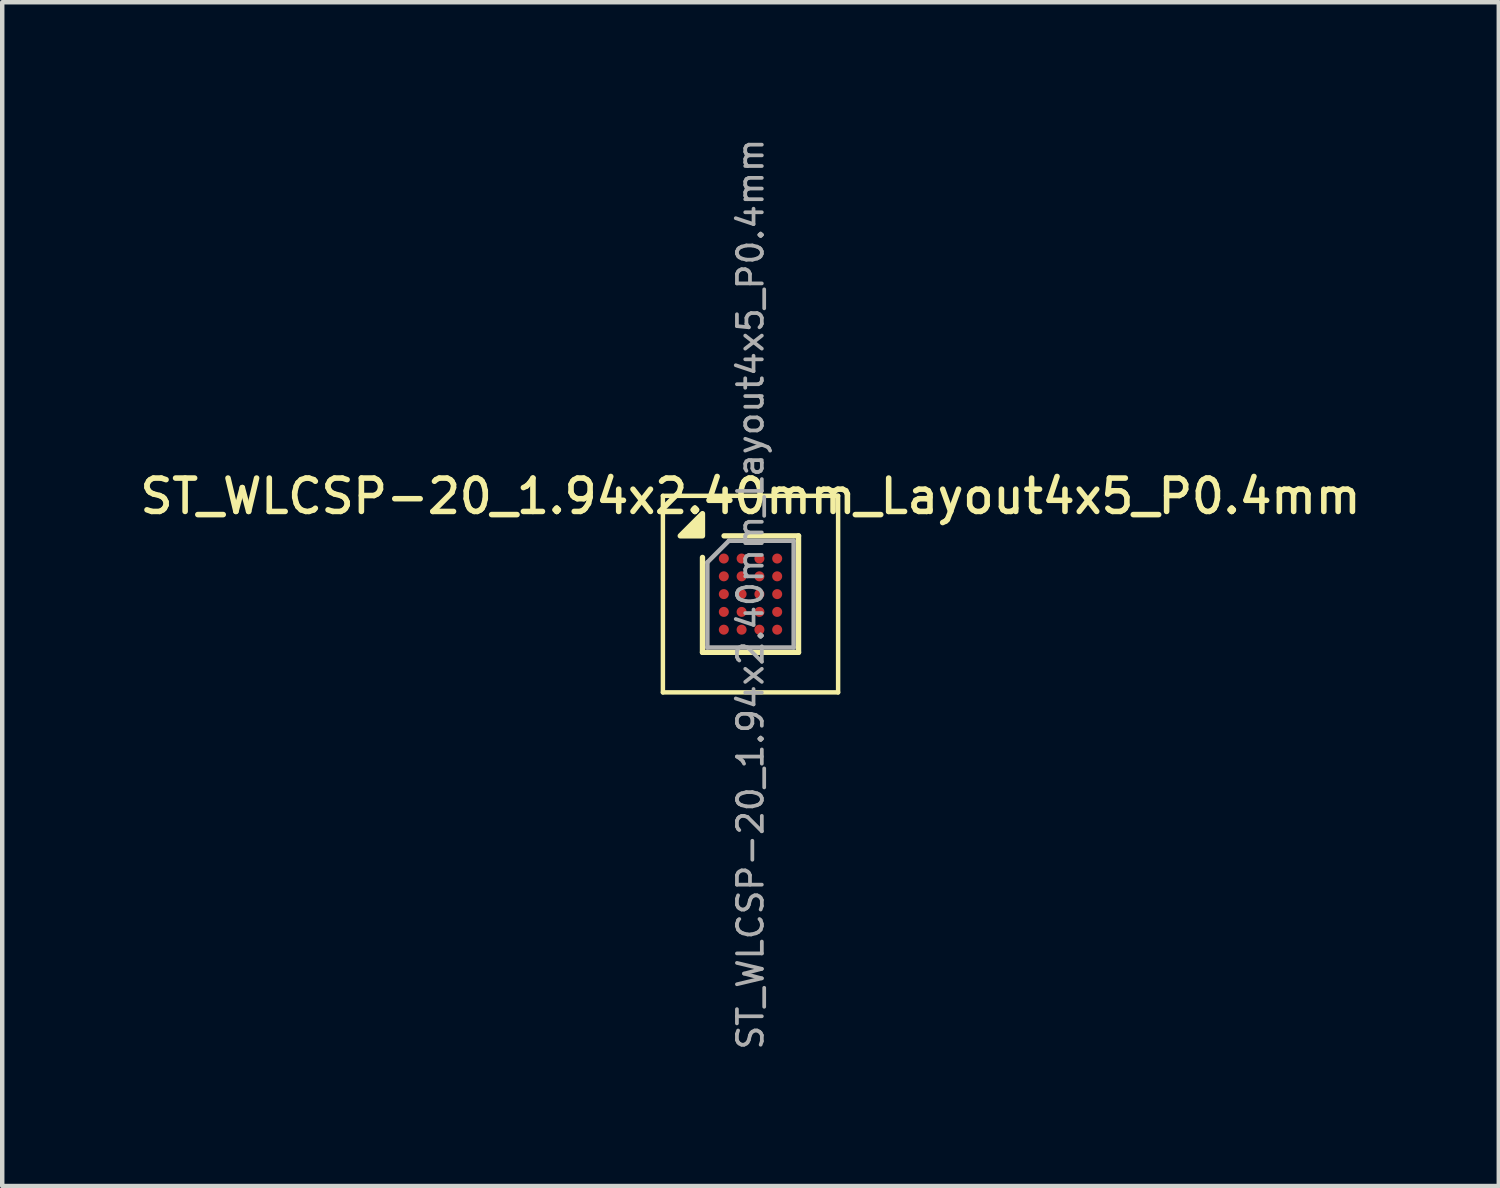
<source format=kicad_pcb>
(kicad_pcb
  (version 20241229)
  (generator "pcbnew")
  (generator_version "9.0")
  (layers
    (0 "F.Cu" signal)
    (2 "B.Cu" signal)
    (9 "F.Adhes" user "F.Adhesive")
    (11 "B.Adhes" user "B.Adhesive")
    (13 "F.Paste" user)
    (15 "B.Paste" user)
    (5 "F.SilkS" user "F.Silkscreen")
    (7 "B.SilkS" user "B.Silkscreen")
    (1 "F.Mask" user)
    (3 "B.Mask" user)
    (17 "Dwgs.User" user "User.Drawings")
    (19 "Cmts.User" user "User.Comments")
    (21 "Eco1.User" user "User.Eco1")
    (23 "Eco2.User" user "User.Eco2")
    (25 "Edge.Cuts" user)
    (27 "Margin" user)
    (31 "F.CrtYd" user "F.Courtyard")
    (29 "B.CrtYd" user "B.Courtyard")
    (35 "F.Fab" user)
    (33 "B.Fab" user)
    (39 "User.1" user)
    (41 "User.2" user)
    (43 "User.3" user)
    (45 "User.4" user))
  (footprint "ST_WLCSP-20_1.94x2.40mm_Layout4x5_P0.4mm"
    (layer "F.Cu")
    (at 13.827 10.31)
    (property "Reference" "ST_WLCSP-20_1.94x2.40mm_Layout4x5_P0.4mm" (at 0 -2.2 0) (layer "F.SilkS") (effects (font (size 0.75 0.75) (thickness 0.125))))
    (attr smd)
    (fp_line (start -1.97 -2.21) (end -1.97 2.21) (stroke (width 0.1) (type solid)) (layer "F.SilkS"))
    (fp_line (start -1.97 2.21) (end 1.97 2.21) (stroke (width 0.1) (type solid)) (layer "F.SilkS"))
    (fp_line (start -1.08 1.31) (end -1.08 -0.825) (stroke (width 0.12) (type solid)) (layer "F.SilkS"))
    (fp_line (start -0.595 -1.31) (end 1.08 -1.31) (stroke (width 0.12) (type solid)) (layer "F.SilkS"))
    (fp_line (start 1.08 -1.31) (end 1.08 1.31) (stroke (width 0.12) (type solid)) (layer "F.SilkS"))
    (fp_line (start 1.08 1.31) (end -1.08 1.31) (stroke (width 0.12) (type solid)) (layer "F.SilkS"))
    (fp_line (start 1.97 -2.21) (end -1.97 -2.21) (stroke (width 0.1) (type solid)) (layer "F.SilkS"))
    (fp_line (start 1.97 2.21) (end 1.97 -2.21) (stroke (width 0.1) (type solid)) (layer "F.SilkS"))
    (fp_poly (pts (xy -1.08 -1.31) (xy -1.58 -1.31) (xy -1.08 -1.81) (xy -1.08 -1.31)) (stroke (width 0.12) (type solid)) (fill yes) (layer "F.SilkS"))
    (fp_line (start -0.97 -0.715) (end -0.485 -1.2) (stroke (width 0.1) (type solid)) (layer "F.Fab"))
    (fp_line (start -0.97 1.2) (end -0.97 -0.715) (stroke (width 0.1) (type solid)) (layer "F.Fab"))
    (fp_line (start -0.485 -1.2) (end 0.97 -1.2) (stroke (width 0.1) (type solid)) (layer "F.Fab"))
    (fp_line (start 0.97 -1.2) (end 0.97 1.2) (stroke (width 0.1) (type solid)) (layer "F.Fab"))
    (fp_line (start 0.97 1.2) (end -0.97 1.2) (stroke (width 0.1) (type solid)) (layer "F.Fab"))
    (fp_text user "${REFERENCE}" (at 0 0 270) (layer "F.Fab") (effects (font (size 0.56 0.56) (thickness 0.084))))
    (pad "A1" smd circle (at -0.6 -0.8) (size 0.225 0.225) (property pad_prop_bga) (layers "F.Cu" "F.Mask" "F.Paste"))
    (pad "A2" smd circle (at -0.2 -0.8) (size 0.225 0.225) (property pad_prop_bga) (layers "F.Cu" "F.Mask" "F.Paste"))
    (pad "A3" smd circle (at 0.2 -0.8) (size 0.225 0.225) (property pad_prop_bga) (layers "F.Cu" "F.Mask" "F.Paste"))
    (pad "A4" smd circle (at 0.6 -0.8) (size 0.225 0.225) (property pad_prop_bga) (layers "F.Cu" "F.Mask" "F.Paste"))
    (pad "B1" smd circle (at -0.6 -0.4) (size 0.225 0.225) (property pad_prop_bga) (layers "F.Cu" "F.Mask" "F.Paste"))
    (pad "B2" smd circle (at -0.2 -0.4) (size 0.225 0.225) (property pad_prop_bga) (layers "F.Cu" "F.Mask" "F.Paste"))
    (pad "B3" smd circle (at 0.2 -0.4) (size 0.225 0.225) (property pad_prop_bga) (layers "F.Cu" "F.Mask" "F.Paste"))
    (pad "B4" smd circle (at 0.6 -0.4) (size 0.225 0.225) (property pad_prop_bga) (layers "F.Cu" "F.Mask" "F.Paste"))
    (pad "C1" smd circle (at -0.6 0) (size 0.225 0.225) (property pad_prop_bga) (layers "F.Cu" "F.Mask" "F.Paste"))
    (pad "C2" smd circle (at -0.2 0) (size 0.225 0.225) (property pad_prop_bga) (layers "F.Cu" "F.Mask" "F.Paste"))
    (pad "C3" smd circle (at 0.2 0) (size 0.225 0.225) (property pad_prop_bga) (layers "F.Cu" "F.Mask" "F.Paste"))
    (pad "C4" smd circle (at 0.6 0) (size 0.225 0.225) (property pad_prop_bga) (layers "F.Cu" "F.Mask" "F.Paste"))
    (pad "D1" smd circle (at -0.6 0.4) (size 0.225 0.225) (property pad_prop_bga) (layers "F.Cu" "F.Mask" "F.Paste"))
    (pad "D2" smd circle (at -0.2 0.4) (size 0.225 0.225) (property pad_prop_bga) (layers "F.Cu" "F.Mask" "F.Paste"))
    (pad "D3" smd circle (at 0.2 0.4) (size 0.225 0.225) (property pad_prop_bga) (layers "F.Cu" "F.Mask" "F.Paste"))
    (pad "D4" smd circle (at 0.6 0.4) (size 0.225 0.225) (property pad_prop_bga) (layers "F.Cu" "F.Mask" "F.Paste"))
    (pad "E1" smd circle (at -0.6 0.8) (size 0.225 0.225) (property pad_prop_bga) (layers "F.Cu" "F.Mask" "F.Paste"))
    (pad "E2" smd circle (at -0.2 0.8) (size 0.225 0.225) (property pad_prop_bga) (layers "F.Cu" "F.Mask" "F.Paste"))
    (pad "E3" smd circle (at 0.2 0.8) (size 0.225 0.225) (property pad_prop_bga) (layers "F.Cu" "F.Mask" "F.Paste"))
    (pad "E4" smd circle (at 0.6 0.8) (size 0.225 0.225) (property pad_prop_bga) (layers "F.Cu" "F.Mask" "F.Paste")))
  (gr_rect
    (start -3 -3)
    (end 30.654 23.62)
    (stroke (width 0.1) (type default))
    (fill no)
    (layer "Edge.Cuts")))
</source>
